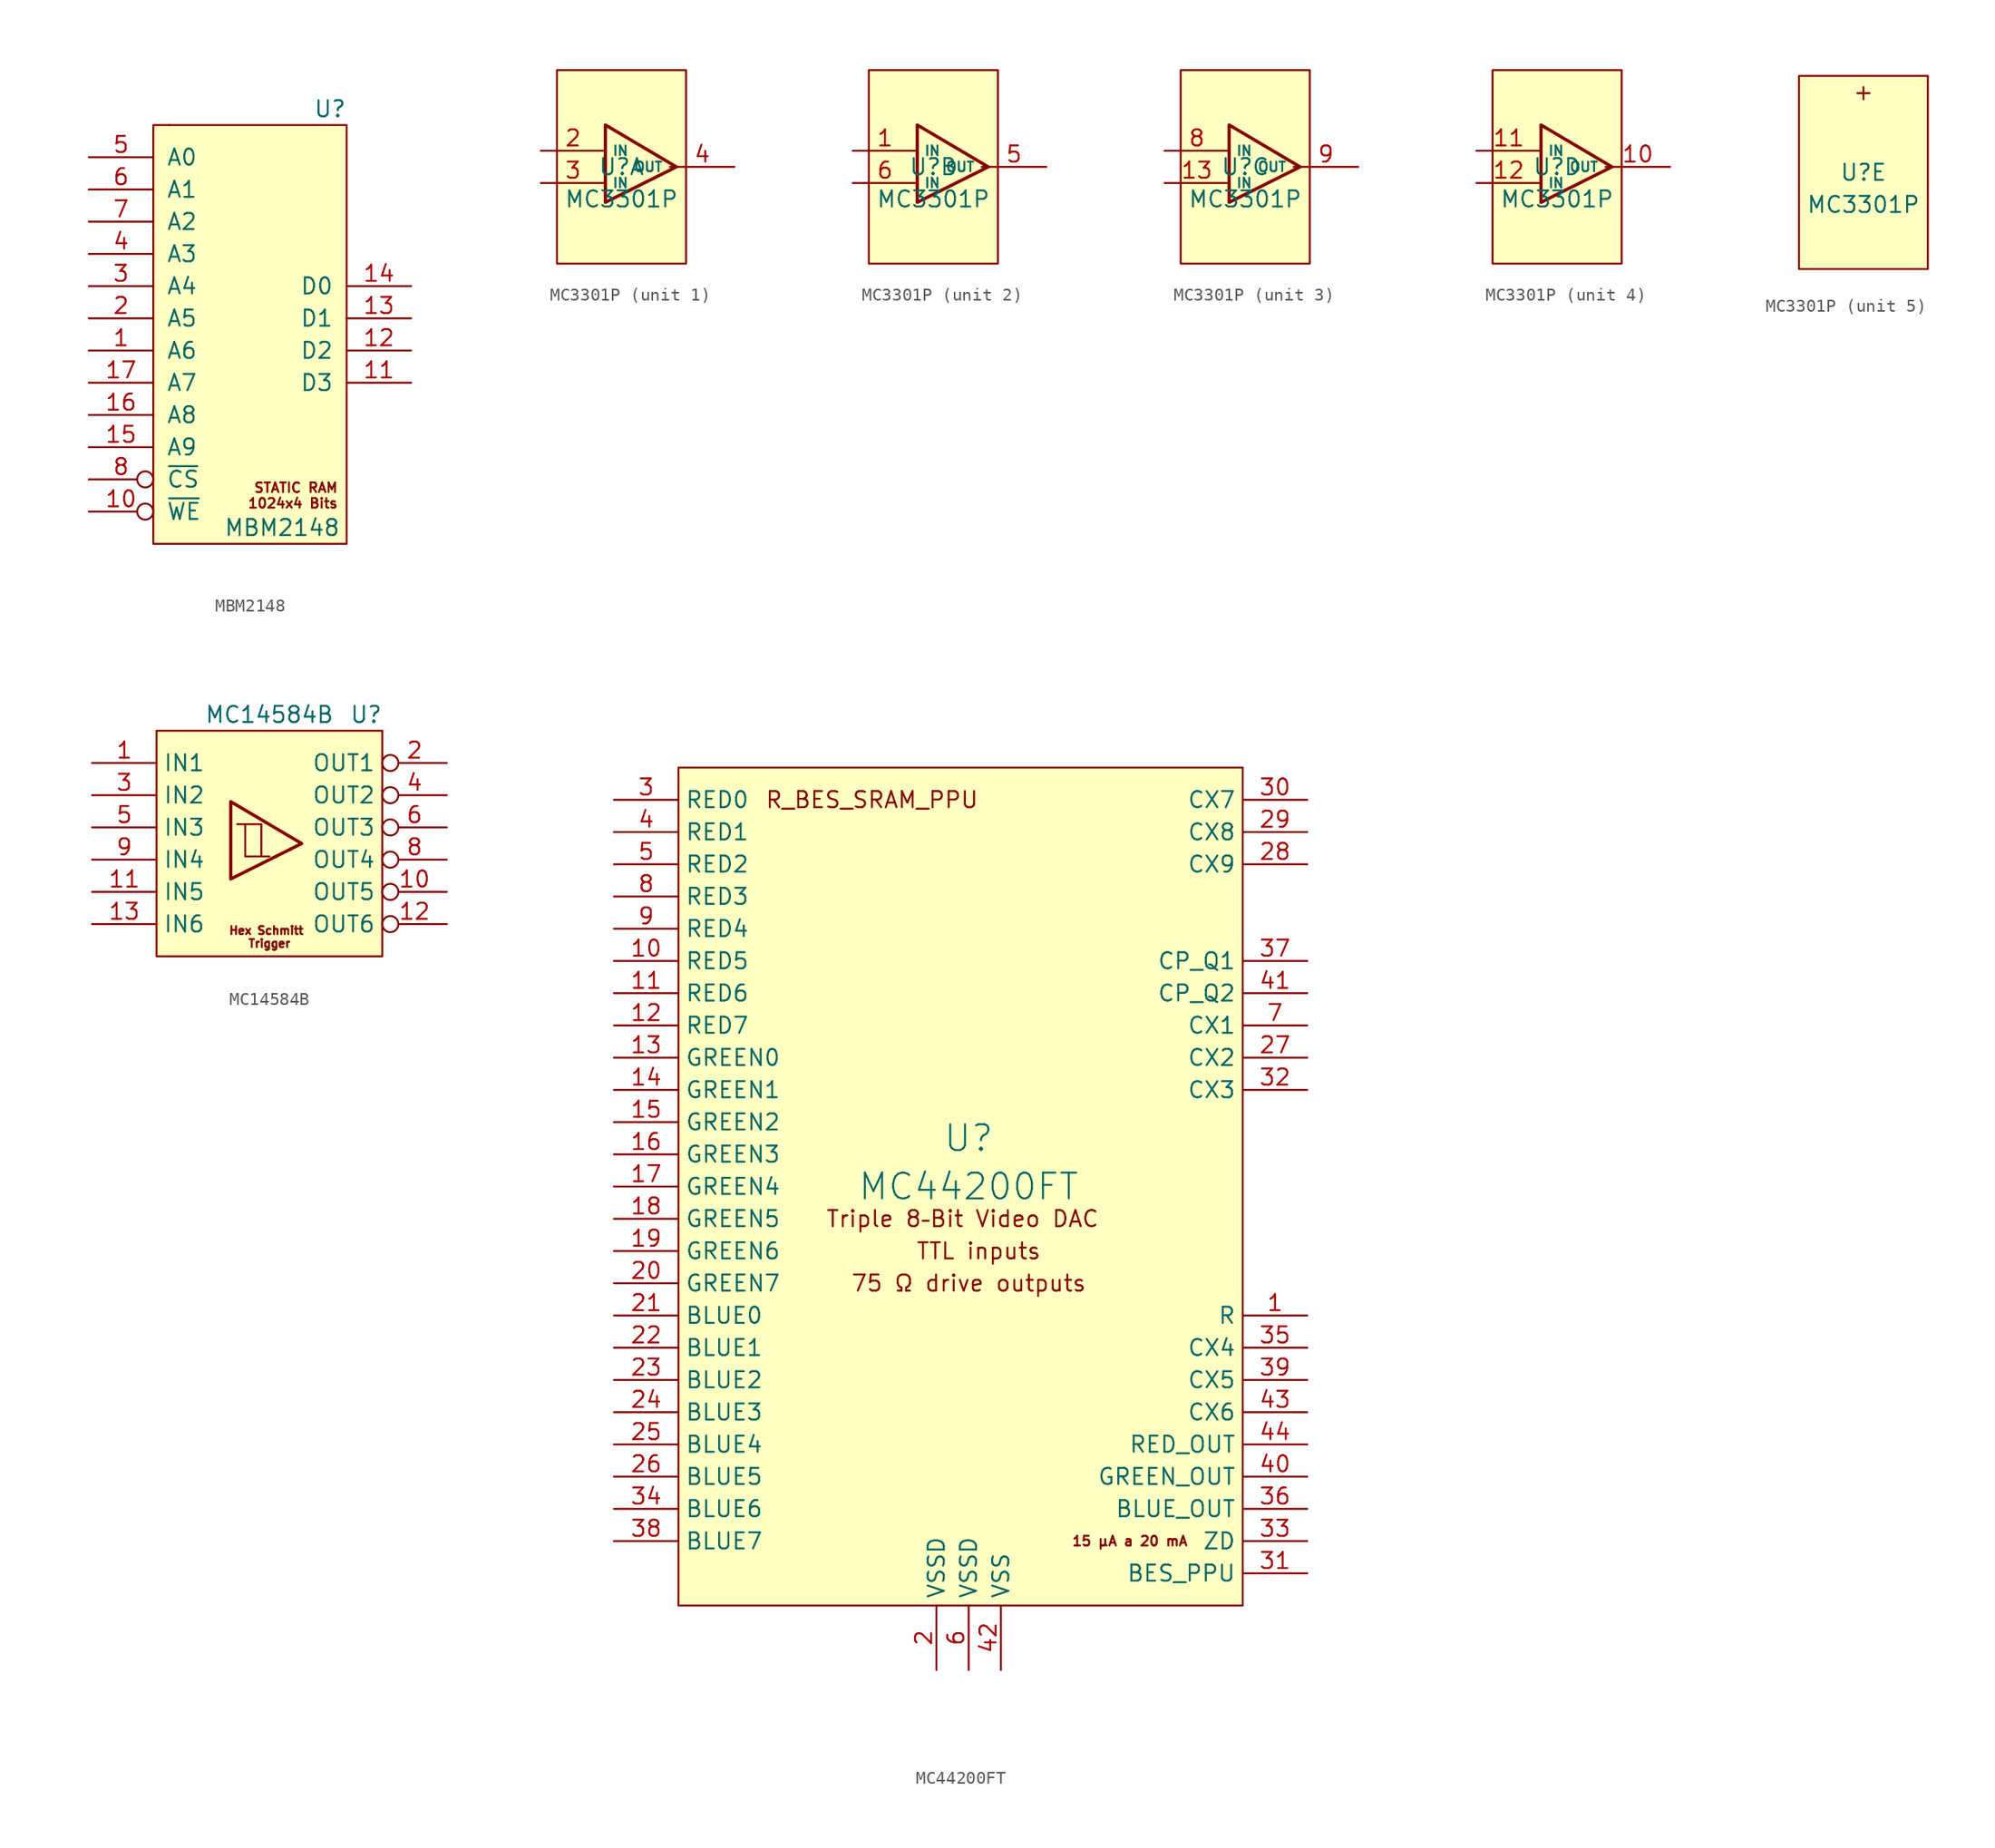
<source format=kicad_sym>
(kicad_symbol_lib
  (version 20231120)
  (generator "kicad_symbol_editor")
  (generator_version "8.0")
  (symbol "MBM2148"
    (pin_names
      (offset 1.016))
    (property "Reference" "U"
      (at 7.62 17.78 0)
      (effects (font (size 1.27 1.27)) (justify right)))
    (property "Value" "MBM2148"
      (at 2.54 -15.24 0)
      (effects (font (size 1.27 1.27))))
    (symbol "MBM2148_0_1"
      (rectangle (start -7.62 16.51) (end 7.62 -16.51) (stroke (width 0) (type default)) (fill (type background)))
      (rectangle (start -6.35 16.51) (end -6.35 16.51) (stroke (width 0) (type default)) (fill (type none))))
    (symbol "MBM2148_1_1"
      (text "STATIC RAM\n1024x4 Bits" (at 6.985 -12.7 0) (effects (font (size 0.762 0.762)) (justify right)))
      (pin input line (at -12.7 -1.27 0) (length 5.08) (name "A6" (effects (font (size 1.27 1.27)))) (number "1" (effects (font (size 1.27 1.27)))))
      (pin input inverted (at -12.7 -13.97 0) (length 5.08) (name "~{WE}" (effects (font (size 1.27 1.27)))) (number "10" (effects (font (size 1.27 1.27)))))
      (pin output line (at 12.7 -3.81 180) (length 5.08) (name "D3" (effects (font (size 1.27 1.27)))) (number "11" (effects (font (size 1.27 1.27)))))
      (pin output line (at 12.7 -1.27 180) (length 5.08) (name "D2" (effects (font (size 1.27 1.27)))) (number "12" (effects (font (size 1.27 1.27)))))
      (pin output line (at 12.7 1.27 180) (length 5.08) (name "D1" (effects (font (size 1.27 1.27)))) (number "13" (effects (font (size 1.27 1.27)))))
      (pin output line (at 12.7 3.81 180) (length 5.08) (name "D0" (effects (font (size 1.27 1.27)))) (number "14" (effects (font (size 1.27 1.27)))))
      (pin input line (at -12.7 -8.89 0) (length 5.08) (name "A9" (effects (font (size 1.27 1.27)))) (number "15" (effects (font (size 1.27 1.27)))))
      (pin input line (at -12.7 -6.35 0) (length 5.08) (name "A8" (effects (font (size 1.27 1.27)))) (number "16" (effects (font (size 1.27 1.27)))))
      (pin input line (at -12.7 -3.81 0) (length 5.08) (name "A7" (effects (font (size 1.27 1.27)))) (number "17" (effects (font (size 1.27 1.27)))))
      (pin power_in line (at 0 16.51 270) (length 5.08) hide (name "VCC" (effects (font (size 1.27 1.27)))) (number "18" (effects (font (size 1.27 1.27)))))
      (pin input line (at -12.7 1.27 0) (length 5.08) (name "A5" (effects (font (size 1.27 1.27)))) (number "2" (effects (font (size 1.27 1.27)))))
      (pin input line (at -12.7 3.81 0) (length 5.08) (name "A4" (effects (font (size 1.27 1.27)))) (number "3" (effects (font (size 1.27 1.27)))))
      (pin input line (at -12.7 6.35 0) (length 5.08) (name "A3" (effects (font (size 1.27 1.27)))) (number "4" (effects (font (size 1.27 1.27)))))
      (pin input line (at -12.7 13.97 0) (length 5.08) (name "A0" (effects (font (size 1.27 1.27)))) (number "5" (effects (font (size 1.27 1.27)))))
      (pin input line (at -12.7 11.43 0) (length 5.08) (name "A1" (effects (font (size 1.27 1.27)))) (number "6" (effects (font (size 1.27 1.27)))))
      (pin input line (at -12.7 8.89 0) (length 5.08) (name "A2" (effects (font (size 1.27 1.27)))) (number "7" (effects (font (size 1.27 1.27)))))
      (pin input inverted (at -12.7 -11.43 0) (length 5.08) (name "~{CS}" (effects (font (size 1.27 1.27)))) (number "8" (effects (font (size 1.27 1.27)))))
      (pin power_in line (at 0 -16.51 90) (length 5.08) hide (name "VSS" (effects (font (size 1.27 1.27)))) (number "9" (effects (font (size 1.27 1.27)))))))
  (symbol "MC3301P"
    (property "Reference" "U"
      (at 0 0 0)
      (effects (font (size 1.27 1.27))))
    (property "Value" "MC3301P"
      (at 0 -2.54 0)
      (effects (font (size 1.27 1.27))))
    (symbol "MC3301P_0_0"
      (text "" (at -7.62 -5.08 0) (effects (font (size 1.27 1.27))))
      (text "" (at -7.62 -5.08 0) (effects (font (size 1.27 1.27))))
      (text "" (at -6.35 -5.08 0) (effects (font (size 1.27 1.27))))
      (text "" (at -6.35 -5.08 0) (effects (font (size 1.27 1.27))))
      (text "" (at -2.54 0 0) (effects (font (size 1.27 1.27))))
      (text "" (at -2.54 0 0) (effects (font (size 1.27 1.27)))))
    (symbol "MC3301P_0_1"
      (rectangle (start -5.08 7.62) (end 5.08 -7.62) (stroke (width 0) (type default)) (fill (type background))))
    (symbol "MC3301P_1_0"
      (polyline (pts (xy -1.27 3.302) (xy -1.27 -2.794) (xy 4.318 0) (xy -1.27 3.302)) (stroke (width 0.254) (type default)) (fill (type background))))
    (symbol "MC3301P_1_1"
      (pin input line (at -6.35 1.27 0) (length 5.08) (name "IN" (effects (font (size 0.762 0.762)))) (number "2" (effects (font (size 1.27 1.27)))))
      (pin input line (at -6.35 -1.27 0) (length 5.08) (name "IN" (effects (font (size 0.762 0.762)))) (number "3" (effects (font (size 1.27 1.27)))))
      (pin output line (at 8.89 0 180) (length 5.08) (name "OUT" (effects (font (size 0.762 0.762)))) (number "4" (effects (font (size 1.27 1.27))))))
    (symbol "MC3301P_2_0"
      (polyline (pts (xy -1.27 3.302) (xy -1.27 -2.794) (xy 4.318 0) (xy -1.27 3.302)) (stroke (width 0.254) (type default)) (fill (type background))))
    (symbol "MC3301P_2_1"
      (pin input line (at -6.35 1.27 0) (length 5.08) (name "IN" (effects (font (size 0.762 0.762)))) (number "1" (effects (font (size 1.27 1.27)))))
      (pin output line (at 8.89 0 180) (length 5.08) (name "OUT" (effects (font (size 0.762 0.762)))) (number "5" (effects (font (size 1.27 1.27)))))
      (pin input line (at -6.35 -1.27 0) (length 5.08) (name "IN" (effects (font (size 0.762 0.762)))) (number "6" (effects (font (size 1.27 1.27))))))
    (symbol "MC3301P_3_0"
      (polyline (pts (xy -1.27 3.302) (xy -1.27 -2.794) (xy 4.318 0) (xy -1.27 3.302)) (stroke (width 0.254) (type default)) (fill (type background))))
    (symbol "MC3301P_3_1"
      (pin input line (at -6.35 -1.27 0) (length 5.08) (name "IN" (effects (font (size 0.762 0.762)))) (number "13" (effects (font (size 1.27 1.27)))))
      (pin input line (at -6.35 1.27 0) (length 5.08) (name "IN" (effects (font (size 0.762 0.762)))) (number "8" (effects (font (size 1.27 1.27)))))
      (pin output line (at 8.89 0 180) (length 5.08) (name "OUT" (effects (font (size 0.762 0.762)))) (number "9" (effects (font (size 1.27 1.27))))))
    (symbol "MC3301P_4_0"
      (polyline (pts (xy -1.27 3.302) (xy -1.27 -2.794) (xy 4.318 0) (xy -1.27 3.302)) (stroke (width 0.254) (type default)) (fill (type background))))
    (symbol "MC3301P_4_1"
      (pin output line (at 8.89 0 180) (length 5.08) (name "OUT" (effects (font (size 0.762 0.762)))) (number "10" (effects (font (size 1.27 1.27)))))
      (pin input line (at -6.35 1.27 0) (length 5.08) (name "IN" (effects (font (size 0.762 0.762)))) (number "11" (effects (font (size 1.27 1.27)))))
      (pin input line (at -6.35 -1.27 0) (length 5.08) (name "IN" (effects (font (size 0.762 0.762)))) (number "12" (effects (font (size 1.27 1.27))))))
    (symbol "MC3301P_5_1"
      (text "+" (at 0 6.35 0) (effects (font (size 1.27 1.27))))
      (pin power_in line (at 0 7.62 270) (length 5.08) hide (name "VCC" (effects (font (size 1.27 1.27)))) (number "14" (effects (font (size 1.27 1.27)))))
      (pin power_in line (at 0 -7.62 90) (length 5.08) hide (name "VSS" (effects (font (size 1.27 1.27)))) (number "7" (effects (font (size 1.27 1.27)))))))
  (symbol "MC14584B"
    (property "Reference" "U"
      (at 7.62 10.16 0)
      (effects (font (size 1.27 1.27))))
    (property "Value" "MC14584B"
      (at 0 10.16 0)
      (effects (font (size 1.27 1.27))))
    (symbol "MC14584B_1_0"
      (polyline (pts (xy -1.905 1.524) (xy -1.905 -1.016) (xy -0.635 -1.016)) (stroke (width 0) (type default)) (fill (type none)))
      (polyline (pts (xy -3.048 3.302) (xy -3.048 -2.794) (xy 2.54 0) (xy -3.048 3.302)) (stroke (width 0.254) (type default)) (fill (type background)))
      (polyline (pts (xy -2.54 1.524) (xy -0.635 1.524) (xy -0.635 -1.016) (xy 0 -1.016)) (stroke (width 0) (type default)) (fill (type none))))
    (symbol "MC14584B_1_1"
      (rectangle (start -8.89 8.89) (end 8.89 -8.89) (stroke (width 0) (type default)) (fill (type background)))
      (text "Hex Schmitt \nTrigger" (at 0 -7.366 0) (effects (font (size 0.635 0.635))))
      (pin input line (at -13.97 6.35 0) (length 5.08) (name "IN1" (effects (font (size 1.27 1.27)))) (number "1" (effects (font (size 1.27 1.27)))))
      (pin output inverted (at 13.97 -3.81 180) (length 5.08) (name "OUT5" (effects (font (size 1.27 1.27)))) (number "10" (effects (font (size 1.27 1.27)))))
      (pin input line (at -13.97 -3.81 0) (length 5.08) (name "IN5" (effects (font (size 1.27 1.27)))) (number "11" (effects (font (size 1.27 1.27)))))
      (pin output inverted (at 13.97 -6.35 180) (length 5.08) (name "OUT6" (effects (font (size 1.27 1.27)))) (number "12" (effects (font (size 1.27 1.27)))))
      (pin input line (at -13.97 -6.35 0) (length 5.08) (name "IN6" (effects (font (size 1.27 1.27)))) (number "13" (effects (font (size 1.27 1.27)))))
      (pin power_in line (at 0 8.89 270) (length 5.08) hide (name "VCC" (effects (font (size 1.27 1.27)))) (number "14" (effects (font (size 1.27 1.27)))))
      (pin output inverted (at 13.97 6.35 180) (length 5.08) (name "OUT1" (effects (font (size 1.27 1.27)))) (number "2" (effects (font (size 1.27 1.27)))))
      (pin input line (at -13.97 3.81 0) (length 5.08) (name "IN2" (effects (font (size 1.27 1.27)))) (number "3" (effects (font (size 1.27 1.27)))))
      (pin output inverted (at 13.97 3.81 180) (length 5.08) (name "OUT2" (effects (font (size 1.27 1.27)))) (number "4" (effects (font (size 1.27 1.27)))))
      (pin input line (at -13.97 1.27 0) (length 5.08) (name "IN3" (effects (font (size 1.27 1.27)))) (number "5" (effects (font (size 1.27 1.27)))))
      (pin output inverted (at 13.97 1.27 180) (length 5.08) (name "OUT3" (effects (font (size 1.27 1.27)))) (number "6" (effects (font (size 1.27 1.27)))))
      (pin power_in line (at 0 -8.89 90) (length 5.08) hide (name "VSS" (effects (font (size 1.27 1.27)))) (number "7" (effects (font (size 1.27 1.27)))))
      (pin output inverted (at 13.97 -1.27 180) (length 5.08) (name "OUT4" (effects (font (size 1.27 1.27)))) (number "8" (effects (font (size 1.27 1.27)))))
      (pin input line (at -13.97 -1.27 0) (length 5.08) (name "IN4" (effects (font (size 1.27 1.27)))) (number "9" (effects (font (size 1.27 1.27)))))))
  (symbol "MC44200FT"
    (property "Reference" "U"
      (at 0 6.35 0)
      (effects (font (size 2.032 2.032))))
    (property "Value" "MC44200FT"
      (at 0 2.54 0)
      (effects (font (size 2.032 2.032))))
    (symbol "MC44200FT_0_0"
      (text "15 μA a 20 mA" (at 12.7 -25.4 0) (effects (font (size 0.762 0.762))))
      (text "75 Ω drive outputs" (at 0 -5.08 0) (effects (font (size 1.27 1.27))))
      (text "R_BES_SRAM_PPU" (at -7.62 33.02 0) (effects (font (size 1.27 1.27))))
      (text "Triple 8–Bit Video DAC " (at 0 0 0) (effects (font (size 1.27 1.27))))
      (text "TTL inputs " (at 1.27 -2.54 0) (effects (font (size 1.27 1.27)))))
    (symbol "MC44200FT_0_1"
      (rectangle (start -22.86 35.56) (end 21.59 -30.48) (stroke (width 0.152) (type default)) (fill (type background))))
    (symbol "MC44200FT_1_1"
      (pin output line (at 26.67 -7.62 180) (length 5.08) (name "R" (effects (font (size 1.27 1.27)))) (number "1" (effects (font (size 1.27 1.27)))))
      (pin input line (at -27.94 20.32 0) (length 5.08) (name "RED5" (effects (font (size 1.27 1.27)))) (number "10" (effects (font (size 1.27 1.27)))))
      (pin input line (at -27.94 17.78 0) (length 5.08) (name "RED6" (effects (font (size 1.27 1.27)))) (number "11" (effects (font (size 1.27 1.27)))))
      (pin input line (at -27.94 15.24 0) (length 5.08) (name "RED7" (effects (font (size 1.27 1.27)))) (number "12" (effects (font (size 1.27 1.27)))))
      (pin input line (at -27.94 12.7 0) (length 5.08) (name "GREEN0" (effects (font (size 1.27 1.27)))) (number "13" (effects (font (size 1.27 1.27)))))
      (pin input line (at -27.94 10.16 0) (length 5.08) (name "GREEN1" (effects (font (size 1.27 1.27)))) (number "14" (effects (font (size 1.27 1.27)))))
      (pin input line (at -27.94 7.62 0) (length 5.08) (name "GREEN2" (effects (font (size 1.27 1.27)))) (number "15" (effects (font (size 1.27 1.27)))))
      (pin input line (at -27.94 5.08 0) (length 5.08) (name "GREEN3" (effects (font (size 1.27 1.27)))) (number "16" (effects (font (size 1.27 1.27)))))
      (pin input line (at -27.94 2.54 0) (length 5.08) (name "GREEN4" (effects (font (size 1.27 1.27)))) (number "17" (effects (font (size 1.27 1.27)))))
      (pin input line (at -27.94 0 0) (length 5.08) (name "GREEN5" (effects (font (size 1.27 1.27)))) (number "18" (effects (font (size 1.27 1.27)))))
      (pin input line (at -27.94 -2.54 0) (length 5.08) (name "GREEN6" (effects (font (size 1.27 1.27)))) (number "19" (effects (font (size 1.27 1.27)))))
      (pin power_in line (at -2.54 -35.56 90) (length 5.08) (name "VSSD" (effects (font (size 1.27 1.27)))) (number "2" (effects (font (size 1.27 1.27)))))
      (pin input line (at -27.94 -5.08 0) (length 5.08) (name "GREEN7" (effects (font (size 1.27 1.27)))) (number "20" (effects (font (size 1.27 1.27)))))
      (pin input line (at -27.94 -7.62 0) (length 5.08) (name "BLUE0" (effects (font (size 1.27 1.27)))) (number "21" (effects (font (size 1.27 1.27)))))
      (pin input line (at -27.94 -10.16 0) (length 5.08) (name "BLUE1" (effects (font (size 1.27 1.27)))) (number "22" (effects (font (size 1.27 1.27)))))
      (pin input line (at -27.94 -12.7 0) (length 5.08) (name "BLUE2" (effects (font (size 1.27 1.27)))) (number "23" (effects (font (size 1.27 1.27)))))
      (pin input line (at -27.94 -15.24 0) (length 5.08) (name "BLUE3" (effects (font (size 1.27 1.27)))) (number "24" (effects (font (size 1.27 1.27)))))
      (pin input line (at -27.94 -17.78 0) (length 5.08) (name "BLUE4" (effects (font (size 1.27 1.27)))) (number "25" (effects (font (size 1.27 1.27)))))
      (pin input line (at -27.94 -20.32 0) (length 5.08) (name "BLUE5" (effects (font (size 1.27 1.27)))) (number "26" (effects (font (size 1.27 1.27)))))
      (pin output line (at 26.67 12.7 180) (length 5.08) (name "CX2" (effects (font (size 1.27 1.27)))) (number "27" (effects (font (size 1.27 1.27)))))
      (pin passive line (at 26.67 27.94 180) (length 5.08) (name "CX9" (effects (font (size 1.27 1.27)))) (number "28" (effects (font (size 1.27 1.27)))))
      (pin passive line (at 26.67 30.48 180) (length 5.08) (name "CX8" (effects (font (size 1.27 1.27)))) (number "29" (effects (font (size 1.27 1.27)))))
      (pin input line (at -27.94 33.02 0) (length 5.08) (name "RED0" (effects (font (size 1.27 1.27)))) (number "3" (effects (font (size 1.27 1.27)))))
      (pin passive line (at 26.67 33.02 180) (length 5.08) (name "CX7" (effects (font (size 1.27 1.27)))) (number "30" (effects (font (size 1.27 1.27)))))
      (pin output line (at 26.67 -27.94 180) (length 5.08) (name "BES_PPU" (effects (font (size 1.27 1.27)))) (number "31" (effects (font (size 1.27 1.27)))))
      (pin output line (at 26.67 10.16 180) (length 5.08) (name "CX3" (effects (font (size 1.27 1.27)))) (number "32" (effects (font (size 1.27 1.27)))))
      (pin input line (at 26.67 -25.4 180) (length 5.08) (name "ZD" (effects (font (size 1.27 1.27)))) (number "33" (effects (font (size 1.27 1.27)))))
      (pin input line (at -27.94 -22.86 0) (length 5.08) (name "BLUE6" (effects (font (size 1.27 1.27)))) (number "34" (effects (font (size 1.27 1.27)))))
      (pin output line (at 26.67 -10.16 180) (length 5.08) (name "CX4" (effects (font (size 1.27 1.27)))) (number "35" (effects (font (size 1.27 1.27)))))
      (pin output line (at 26.67 -22.86 180) (length 5.08) (name "BLUE_OUT" (effects (font (size 1.27 1.27)))) (number "36" (effects (font (size 1.27 1.27)))))
      (pin output line (at 26.67 20.32 180) (length 5.08) (name "CP_Q1" (effects (font (size 1.27 1.27)))) (number "37" (effects (font (size 1.27 1.27)))))
      (pin input line (at -27.94 -25.4 0) (length 5.08) (name "BLUE7" (effects (font (size 1.27 1.27)))) (number "38" (effects (font (size 1.27 1.27)))))
      (pin output line (at 26.67 -12.7 180) (length 5.08) (name "CX5" (effects (font (size 1.27 1.27)))) (number "39" (effects (font (size 1.27 1.27)))))
      (pin input line (at -27.94 30.48 0) (length 5.08) (name "RED1" (effects (font (size 1.27 1.27)))) (number "4" (effects (font (size 1.27 1.27)))))
      (pin output line (at 26.67 -20.32 180) (length 5.08) (name "GREEN_OUT" (effects (font (size 1.27 1.27)))) (number "40" (effects (font (size 1.27 1.27)))))
      (pin output line (at 26.67 17.78 180) (length 5.08) (name "CP_Q2" (effects (font (size 1.27 1.27)))) (number "41" (effects (font (size 1.27 1.27)))))
      (pin power_in line (at 2.54 -35.56 90) (length 5.08) (name "VSS" (effects (font (size 1.27 1.27)))) (number "42" (effects (font (size 1.27 1.27)))))
      (pin output line (at 26.67 -15.24 180) (length 5.08) (name "CX6" (effects (font (size 1.27 1.27)))) (number "43" (effects (font (size 1.27 1.27)))))
      (pin output line (at 26.67 -17.78 180) (length 5.08) (name "RED_OUT" (effects (font (size 1.27 1.27)))) (number "44" (effects (font (size 1.27 1.27)))))
      (pin input line (at -27.94 27.94 0) (length 5.08) (name "RED2" (effects (font (size 1.27 1.27)))) (number "5" (effects (font (size 1.27 1.27)))))
      (pin power_in line (at 0 -35.56 90) (length 5.08) (name "VSSD" (effects (font (size 1.27 1.27)))) (number "6" (effects (font (size 1.27 1.27)))))
      (pin output line (at 26.67 15.24 180) (length 5.08) (name "CX1" (effects (font (size 1.27 1.27)))) (number "7" (effects (font (size 1.27 1.27)))))
      (pin input line (at -27.94 25.4 0) (length 5.08) (name "RED3" (effects (font (size 1.27 1.27)))) (number "8" (effects (font (size 1.27 1.27)))))
      (pin input line (at -27.94 22.86 0) (length 5.08) (name "RED4" (effects (font (size 1.27 1.27)))) (number "9" (effects (font (size 1.27 1.27))))))))
</source>
